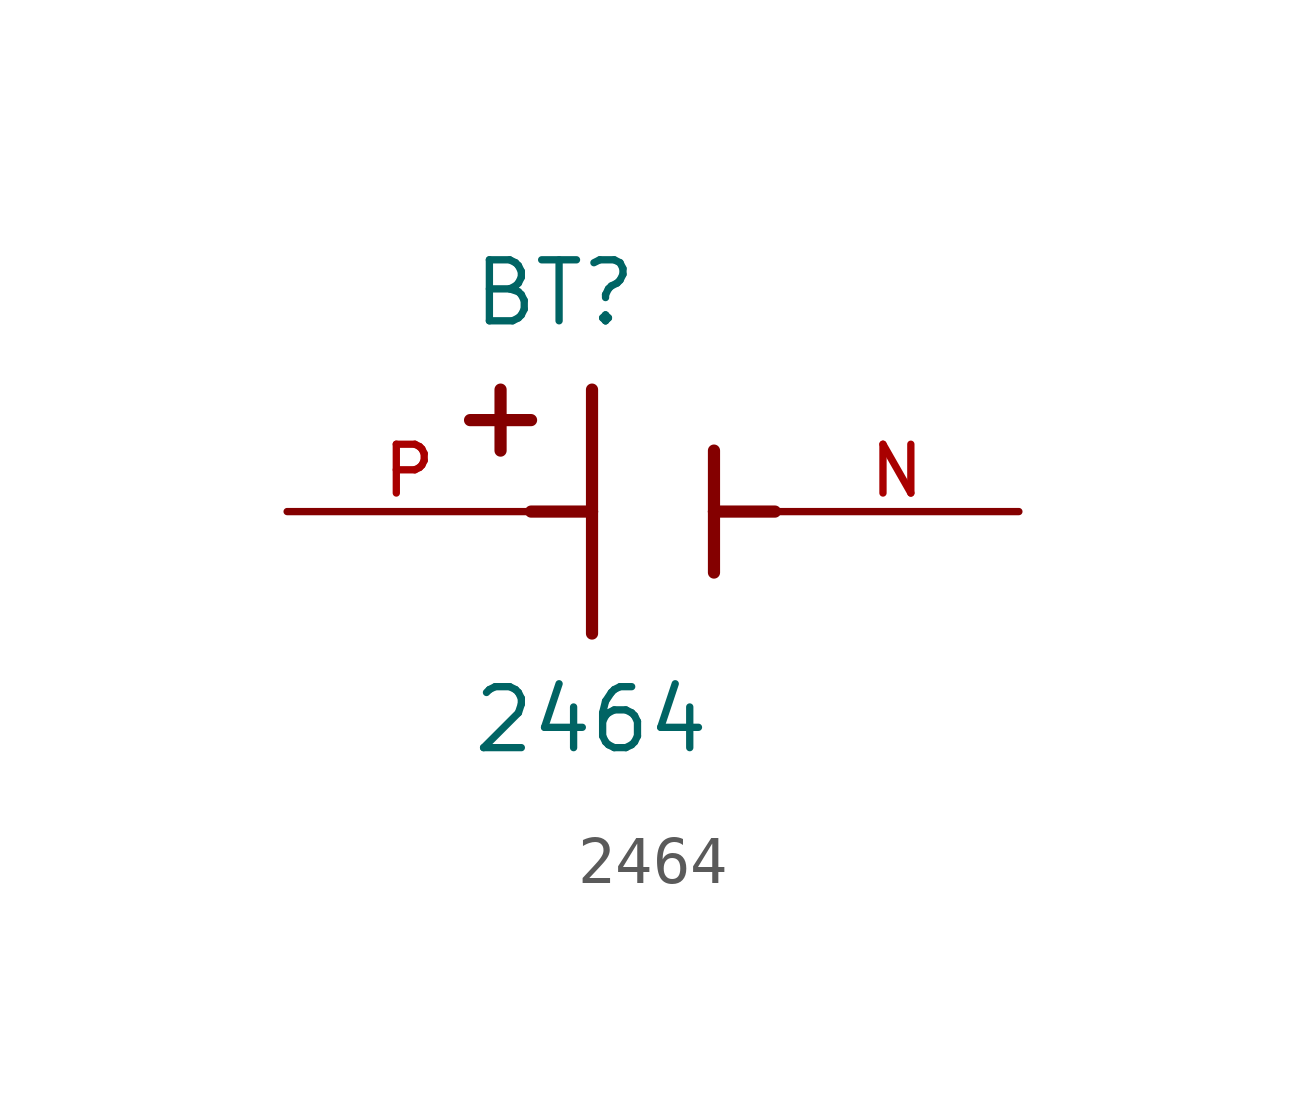
<source format=kicad_sym>
(kicad_symbol_lib
  (version 20211014)
  (generator kicad_symbol_editor)
  (symbol "2464"
    (pin_names
      (offset 1.016))
    (property "Reference" "BT"
      (at -3.81 3.81 0)
      (effects (font (size 1.27 1.27)) (justify bottom left)))
    (property "Value" "2464"
      (at -3.81 -5.08 0)
      (effects (font (size 1.27 1.27)) (justify bottom left)))
    (symbol "2464_0_0"
      (polyline (pts (xy -1.27 2.54) (xy -1.27 0.0)) (stroke (width 0.254)))
      (polyline (pts (xy -1.27 0.0) (xy -1.27 -2.54)) (stroke (width 0.254)))
      (polyline (pts (xy 1.27 1.27) (xy 1.27 0.0)) (stroke (width 0.254)))
      (polyline (pts (xy 1.27 0.0) (xy 1.27 -1.27)) (stroke (width 0.254)))
      (polyline (pts (xy -1.27 0.0) (xy -2.54 0.0)) (stroke (width 0.254)))
      (polyline (pts (xy 1.27 0.0) (xy 2.54 0.0)) (stroke (width 0.254)))
      (polyline (pts (xy -3.175 2.54) (xy -3.175 1.27)) (stroke (width 0.254)))
      (polyline (pts (xy -3.81 1.905) (xy -2.54 1.905)) (stroke (width 0.254)))
      (pin passive line (at -7.62 0.0 0) (length 5.08) (name "~" (effects (font (size 1.016 1.016)))) (number "P" (effects (font (size 1.016 1.016)))))
      (pin passive line (at 7.62 0.0 180.0) (length 5.08) (name "~" (effects (font (size 1.016 1.016)))) (number "N" (effects (font (size 1.016 1.016))))))))
</source>
